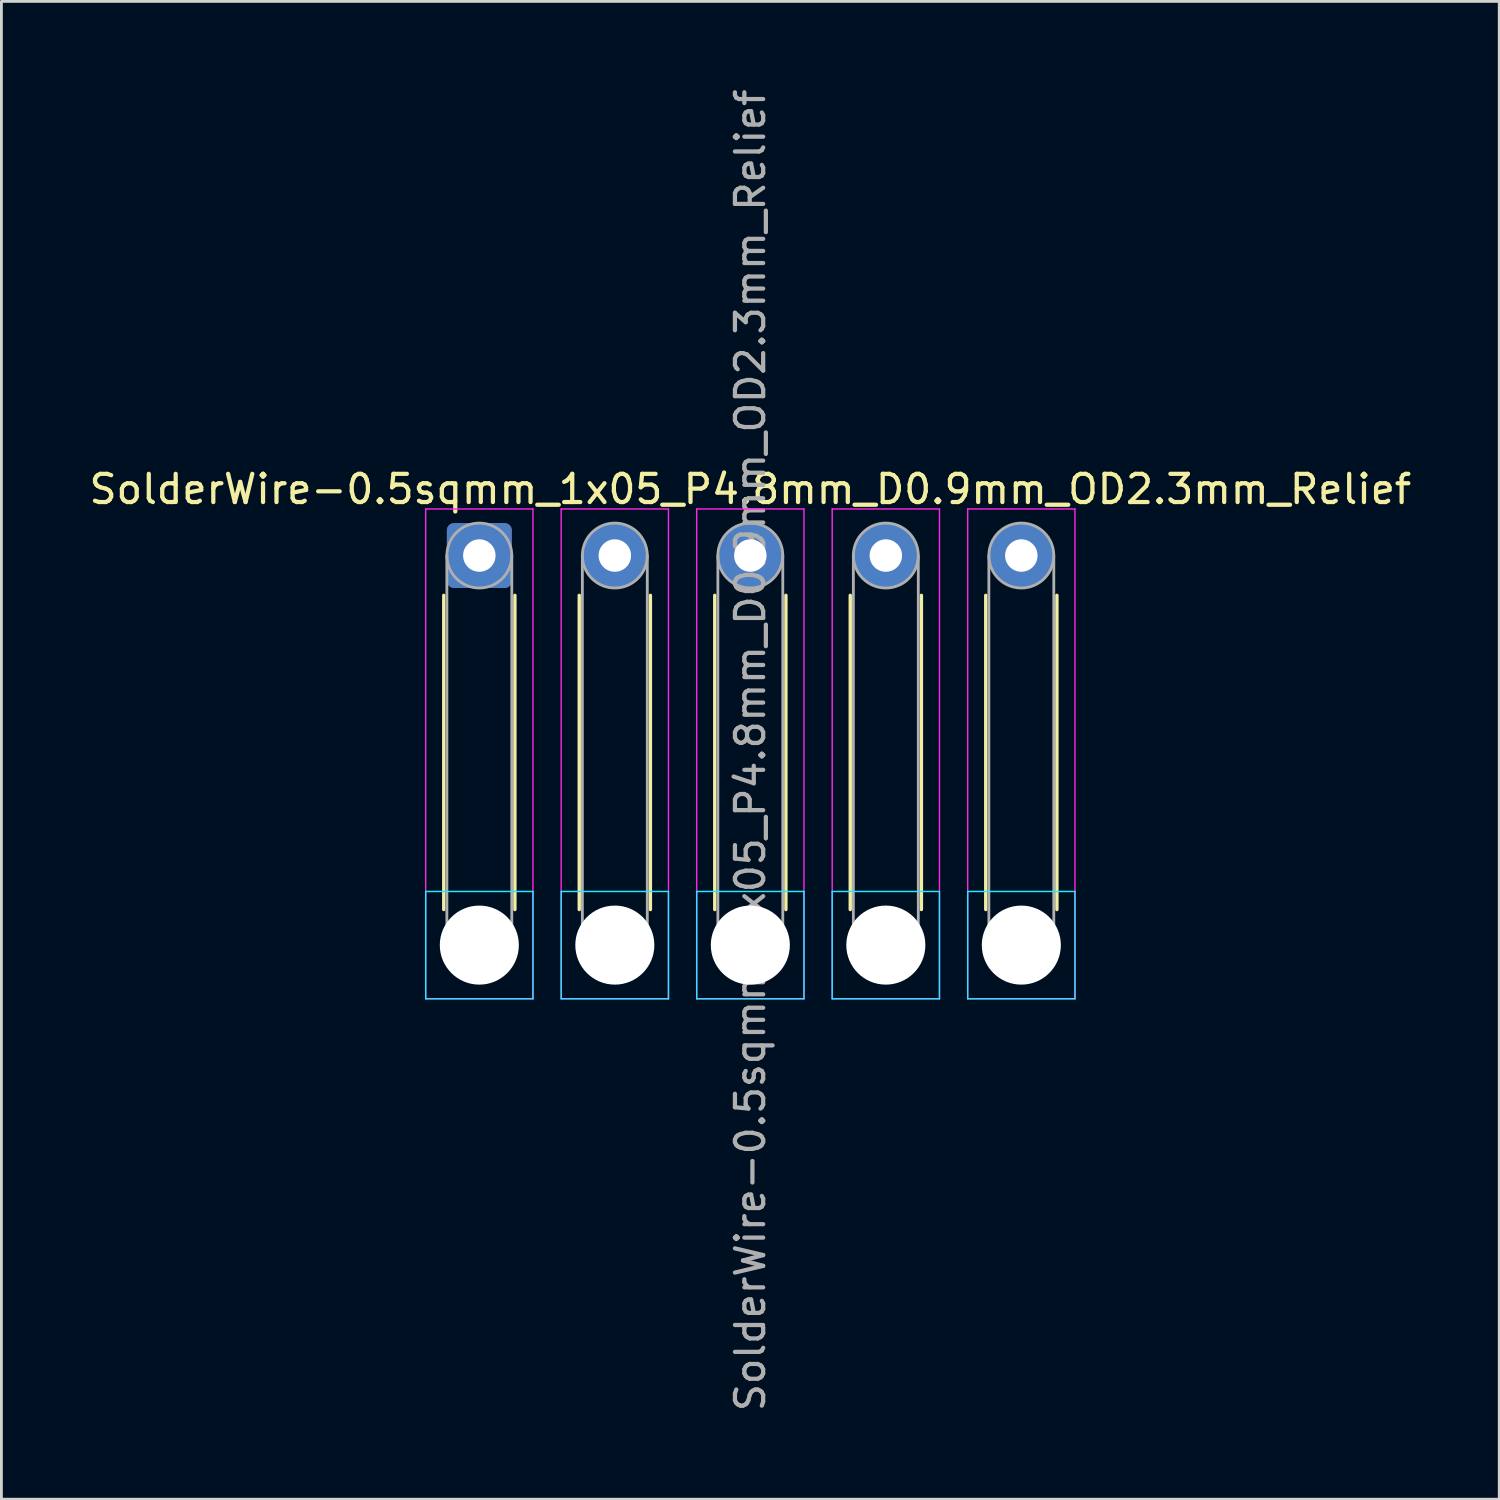
<source format=kicad_pcb>
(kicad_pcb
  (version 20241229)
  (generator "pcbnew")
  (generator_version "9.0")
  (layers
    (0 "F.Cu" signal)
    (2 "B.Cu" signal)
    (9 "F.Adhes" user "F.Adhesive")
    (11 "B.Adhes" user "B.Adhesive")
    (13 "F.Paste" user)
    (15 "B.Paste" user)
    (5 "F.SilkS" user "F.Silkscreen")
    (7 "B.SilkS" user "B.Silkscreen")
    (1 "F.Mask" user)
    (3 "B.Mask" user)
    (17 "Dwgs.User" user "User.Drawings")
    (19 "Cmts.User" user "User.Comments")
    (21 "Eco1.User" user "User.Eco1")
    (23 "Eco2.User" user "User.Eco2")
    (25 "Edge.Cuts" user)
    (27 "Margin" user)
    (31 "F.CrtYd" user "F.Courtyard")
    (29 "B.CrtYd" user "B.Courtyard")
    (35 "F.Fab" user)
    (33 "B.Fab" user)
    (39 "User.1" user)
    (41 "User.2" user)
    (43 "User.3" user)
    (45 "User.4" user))
  (footprint "SolderWire-0.5sqmm_1x05_P4.8mm_D0.9mm_OD2.3mm_Relief"
    (layer "F.Cu")
    (at 13.93 16.63)
    (property "Reference" "SolderWire-0.5sqmm_1x05_P4.8mm_D0.9mm_OD2.3mm_Relief" (at 9.6 -2.35 0) (layer "F.SilkS") (effects (font (size 1 1) (thickness 0.15))))
    (attr exclude_from_pos_files exclude_from_bom)
    (fp_line (start -1.26 1.41) (end -1.26 12.54) (stroke (width 0.12) (type solid)) (layer "F.SilkS"))
    (fp_line (start 1.26 1.41) (end 1.26 12.54) (stroke (width 0.12) (type solid)) (layer "F.SilkS"))
    (fp_line (start 3.54 1.41) (end 3.54 12.54) (stroke (width 0.12) (type solid)) (layer "F.SilkS"))
    (fp_line (start 6.06 1.41) (end 6.06 12.54) (stroke (width 0.12) (type solid)) (layer "F.SilkS"))
    (fp_line (start 8.34 1.41) (end 8.34 12.54) (stroke (width 0.12) (type solid)) (layer "F.SilkS"))
    (fp_line (start 10.86 1.41) (end 10.86 12.54) (stroke (width 0.12) (type solid)) (layer "F.SilkS"))
    (fp_line (start 13.14 1.41) (end 13.14 12.54) (stroke (width 0.12) (type solid)) (layer "F.SilkS"))
    (fp_line (start 15.66 1.41) (end 15.66 12.54) (stroke (width 0.12) (type solid)) (layer "F.SilkS"))
    (fp_line (start 17.94 1.41) (end 17.94 12.54) (stroke (width 0.12) (type solid)) (layer "F.SilkS"))
    (fp_line (start 20.46 1.41) (end 20.46 12.54) (stroke (width 0.12) (type solid)) (layer "F.SilkS"))
    (fp_line (start -1.9 11.9) (end -1.9 15.7) (stroke (width 0.05) (type solid)) (layer "B.CrtYd"))
    (fp_line (start -1.9 15.7) (end 1.9 15.7) (stroke (width 0.05) (type solid)) (layer "B.CrtYd"))
    (fp_line (start 1.9 11.9) (end -1.9 11.9) (stroke (width 0.05) (type solid)) (layer "B.CrtYd"))
    (fp_line (start 1.9 15.7) (end 1.9 11.9) (stroke (width 0.05) (type solid)) (layer "B.CrtYd"))
    (fp_line (start 2.9 11.9) (end 2.9 15.7) (stroke (width 0.05) (type solid)) (layer "B.CrtYd"))
    (fp_line (start 2.9 15.7) (end 6.7 15.7) (stroke (width 0.05) (type solid)) (layer "B.CrtYd"))
    (fp_line (start 6.7 11.9) (end 2.9 11.9) (stroke (width 0.05) (type solid)) (layer "B.CrtYd"))
    (fp_line (start 6.7 15.7) (end 6.7 11.9) (stroke (width 0.05) (type solid)) (layer "B.CrtYd"))
    (fp_line (start 7.7 11.9) (end 7.7 15.7) (stroke (width 0.05) (type solid)) (layer "B.CrtYd"))
    (fp_line (start 7.7 15.7) (end 11.5 15.7) (stroke (width 0.05) (type solid)) (layer "B.CrtYd"))
    (fp_line (start 11.5 11.9) (end 7.7 11.9) (stroke (width 0.05) (type solid)) (layer "B.CrtYd"))
    (fp_line (start 11.5 15.7) (end 11.5 11.9) (stroke (width 0.05) (type solid)) (layer "B.CrtYd"))
    (fp_line (start 12.5 11.9) (end 12.5 15.7) (stroke (width 0.05) (type solid)) (layer "B.CrtYd"))
    (fp_line (start 12.5 15.7) (end 16.3 15.7) (stroke (width 0.05) (type solid)) (layer "B.CrtYd"))
    (fp_line (start 16.3 11.9) (end 12.5 11.9) (stroke (width 0.05) (type solid)) (layer "B.CrtYd"))
    (fp_line (start 16.3 15.7) (end 16.3 11.9) (stroke (width 0.05) (type solid)) (layer "B.CrtYd"))
    (fp_line (start 17.3 11.9) (end 17.3 15.7) (stroke (width 0.05) (type solid)) (layer "B.CrtYd"))
    (fp_line (start 17.3 15.7) (end 21.1 15.7) (stroke (width 0.05) (type solid)) (layer "B.CrtYd"))
    (fp_line (start 21.1 11.9) (end 17.3 11.9) (stroke (width 0.05) (type solid)) (layer "B.CrtYd"))
    (fp_line (start 21.1 15.7) (end 21.1 11.9) (stroke (width 0.05) (type solid)) (layer "B.CrtYd"))
    (fp_line (start -1.9 -1.65) (end -1.9 15.7) (stroke (width 0.05) (type solid)) (layer "F.CrtYd"))
    (fp_line (start -1.9 15.7) (end 1.9 15.7) (stroke (width 0.05) (type solid)) (layer "F.CrtYd"))
    (fp_line (start 1.9 -1.65) (end -1.9 -1.65) (stroke (width 0.05) (type solid)) (layer "F.CrtYd"))
    (fp_line (start 1.9 15.7) (end 1.9 -1.65) (stroke (width 0.05) (type solid)) (layer "F.CrtYd"))
    (fp_line (start 2.9 -1.65) (end 2.9 15.7) (stroke (width 0.05) (type solid)) (layer "F.CrtYd"))
    (fp_line (start 2.9 15.7) (end 6.7 15.7) (stroke (width 0.05) (type solid)) (layer "F.CrtYd"))
    (fp_line (start 6.7 -1.65) (end 2.9 -1.65) (stroke (width 0.05) (type solid)) (layer "F.CrtYd"))
    (fp_line (start 6.7 15.7) (end 6.7 -1.65) (stroke (width 0.05) (type solid)) (layer "F.CrtYd"))
    (fp_line (start 7.7 -1.65) (end 7.7 15.7) (stroke (width 0.05) (type solid)) (layer "F.CrtYd"))
    (fp_line (start 7.7 15.7) (end 11.5 15.7) (stroke (width 0.05) (type solid)) (layer "F.CrtYd"))
    (fp_line (start 11.5 -1.65) (end 7.7 -1.65) (stroke (width 0.05) (type solid)) (layer "F.CrtYd"))
    (fp_line (start 11.5 15.7) (end 11.5 -1.65) (stroke (width 0.05) (type solid)) (layer "F.CrtYd"))
    (fp_line (start 12.5 -1.65) (end 12.5 15.7) (stroke (width 0.05) (type solid)) (layer "F.CrtYd"))
    (fp_line (start 12.5 15.7) (end 16.3 15.7) (stroke (width 0.05) (type solid)) (layer "F.CrtYd"))
    (fp_line (start 16.3 -1.65) (end 12.5 -1.65) (stroke (width 0.05) (type solid)) (layer "F.CrtYd"))
    (fp_line (start 16.3 15.7) (end 16.3 -1.65) (stroke (width 0.05) (type solid)) (layer "F.CrtYd"))
    (fp_line (start 17.3 -1.65) (end 17.3 15.7) (stroke (width 0.05) (type solid)) (layer "F.CrtYd"))
    (fp_line (start 17.3 15.7) (end 21.1 15.7) (stroke (width 0.05) (type solid)) (layer "F.CrtYd"))
    (fp_line (start 21.1 -1.65) (end 17.3 -1.65) (stroke (width 0.05) (type solid)) (layer "F.CrtYd"))
    (fp_line (start 21.1 15.7) (end 21.1 -1.65) (stroke (width 0.05) (type solid)) (layer "F.CrtYd"))
    (fp_line (start -1.15 0) (end -1.15 13.8) (stroke (width 0.1) (type solid)) (layer "F.Fab"))
    (fp_line (start 1.15 0) (end 1.15 13.8) (stroke (width 0.1) (type solid)) (layer "F.Fab"))
    (fp_line (start 3.65 0) (end 3.65 13.8) (stroke (width 0.1) (type solid)) (layer "F.Fab"))
    (fp_line (start 5.95 0) (end 5.95 13.8) (stroke (width 0.1) (type solid)) (layer "F.Fab"))
    (fp_line (start 8.45 0) (end 8.45 13.8) (stroke (width 0.1) (type solid)) (layer "F.Fab"))
    (fp_line (start 10.75 0) (end 10.75 13.8) (stroke (width 0.1) (type solid)) (layer "F.Fab"))
    (fp_line (start 13.25 0) (end 13.25 13.8) (stroke (width 0.1) (type solid)) (layer "F.Fab"))
    (fp_line (start 15.55 0) (end 15.55 13.8) (stroke (width 0.1) (type solid)) (layer "F.Fab"))
    (fp_line (start 18.05 0) (end 18.05 13.8) (stroke (width 0.1) (type solid)) (layer "F.Fab"))
    (fp_line (start 20.35 0) (end 20.35 13.8) (stroke (width 0.1) (type solid)) (layer "F.Fab"))
    (fp_circle (center 0 0) (end 1.15 0) (stroke (width 0.1) (type solid)) (fill no) (layer "F.Fab"))
    (fp_circle (center 0 13.8) (end 1.15 13.8) (stroke (width 0.1) (type solid)) (fill no) (layer "F.Fab"))
    (fp_circle (center 4.8 0) (end 5.95 0) (stroke (width 0.1) (type solid)) (fill no) (layer "F.Fab"))
    (fp_circle (center 4.8 13.8) (end 5.95 13.8) (stroke (width 0.1) (type solid)) (fill no) (layer "F.Fab"))
    (fp_circle (center 9.6 0) (end 10.75 0) (stroke (width 0.1) (type solid)) (fill no) (layer "F.Fab"))
    (fp_circle (center 9.6 13.8) (end 10.75 13.8) (stroke (width 0.1) (type solid)) (fill no) (layer "F.Fab"))
    (fp_circle (center 14.4 0) (end 15.55 0) (stroke (width 0.1) (type solid)) (fill no) (layer "F.Fab"))
    (fp_circle (center 14.4 13.8) (end 15.55 13.8) (stroke (width 0.1) (type solid)) (fill no) (layer "F.Fab"))
    (fp_circle (center 19.2 0) (end 20.35 0) (stroke (width 0.1) (type solid)) (fill no) (layer "F.Fab"))
    (fp_circle (center 19.2 13.8) (end 20.35 13.8) (stroke (width 0.1) (type solid)) (fill no) (layer "F.Fab"))
    (fp_text user "${REFERENCE}" (at 9.6 6.9 90) (layer "F.Fab") (effects (font (size 1 1) (thickness 0.15))))
    (pad "" np_thru_hole circle (at 0 13.8) (size 2.8 2.8) (drill 2.8) (layers "*.Cu" "*.Mask"))
    (pad "" np_thru_hole circle (at 4.8 13.8) (size 2.8 2.8) (drill 2.8) (layers "*.Cu" "*.Mask"))
    (pad "" np_thru_hole circle (at 9.6 13.8) (size 2.8 2.8) (drill 2.8) (layers "*.Cu" "*.Mask"))
    (pad "" np_thru_hole circle (at 14.4 13.8) (size 2.8 2.8) (drill 2.8) (layers "*.Cu" "*.Mask"))
    (pad "" np_thru_hole circle (at 19.2 13.8) (size 2.8 2.8) (drill 2.8) (layers "*.Cu" "*.Mask"))
    (pad "1" thru_hole roundrect (at 0 0) (size 2.3 2.3) (drill 1.15) (layers "*.Cu" "*.Mask") (roundrect_rratio 0.109))
    (pad "2" thru_hole circle (at 4.8 0) (size 2.3 2.3) (drill 1.15) (layers "*.Cu" "*.Mask"))
    (pad "3" thru_hole circle (at 9.6 0) (size 2.3 2.3) (drill 1.15) (layers "*.Cu" "*.Mask"))
    (pad "4" thru_hole circle (at 14.4 0) (size 2.3 2.3) (drill 1.15) (layers "*.Cu" "*.Mask"))
    (pad "5" thru_hole circle (at 19.2 0) (size 2.3 2.3) (drill 1.15) (layers "*.Cu" "*.Mask")))
  (gr_rect
    (start -3 -3)
    (end 50.06 50.06)
    (stroke (width 0.1) (type default))
    (fill no)
    (layer "Edge.Cuts")))
</source>
